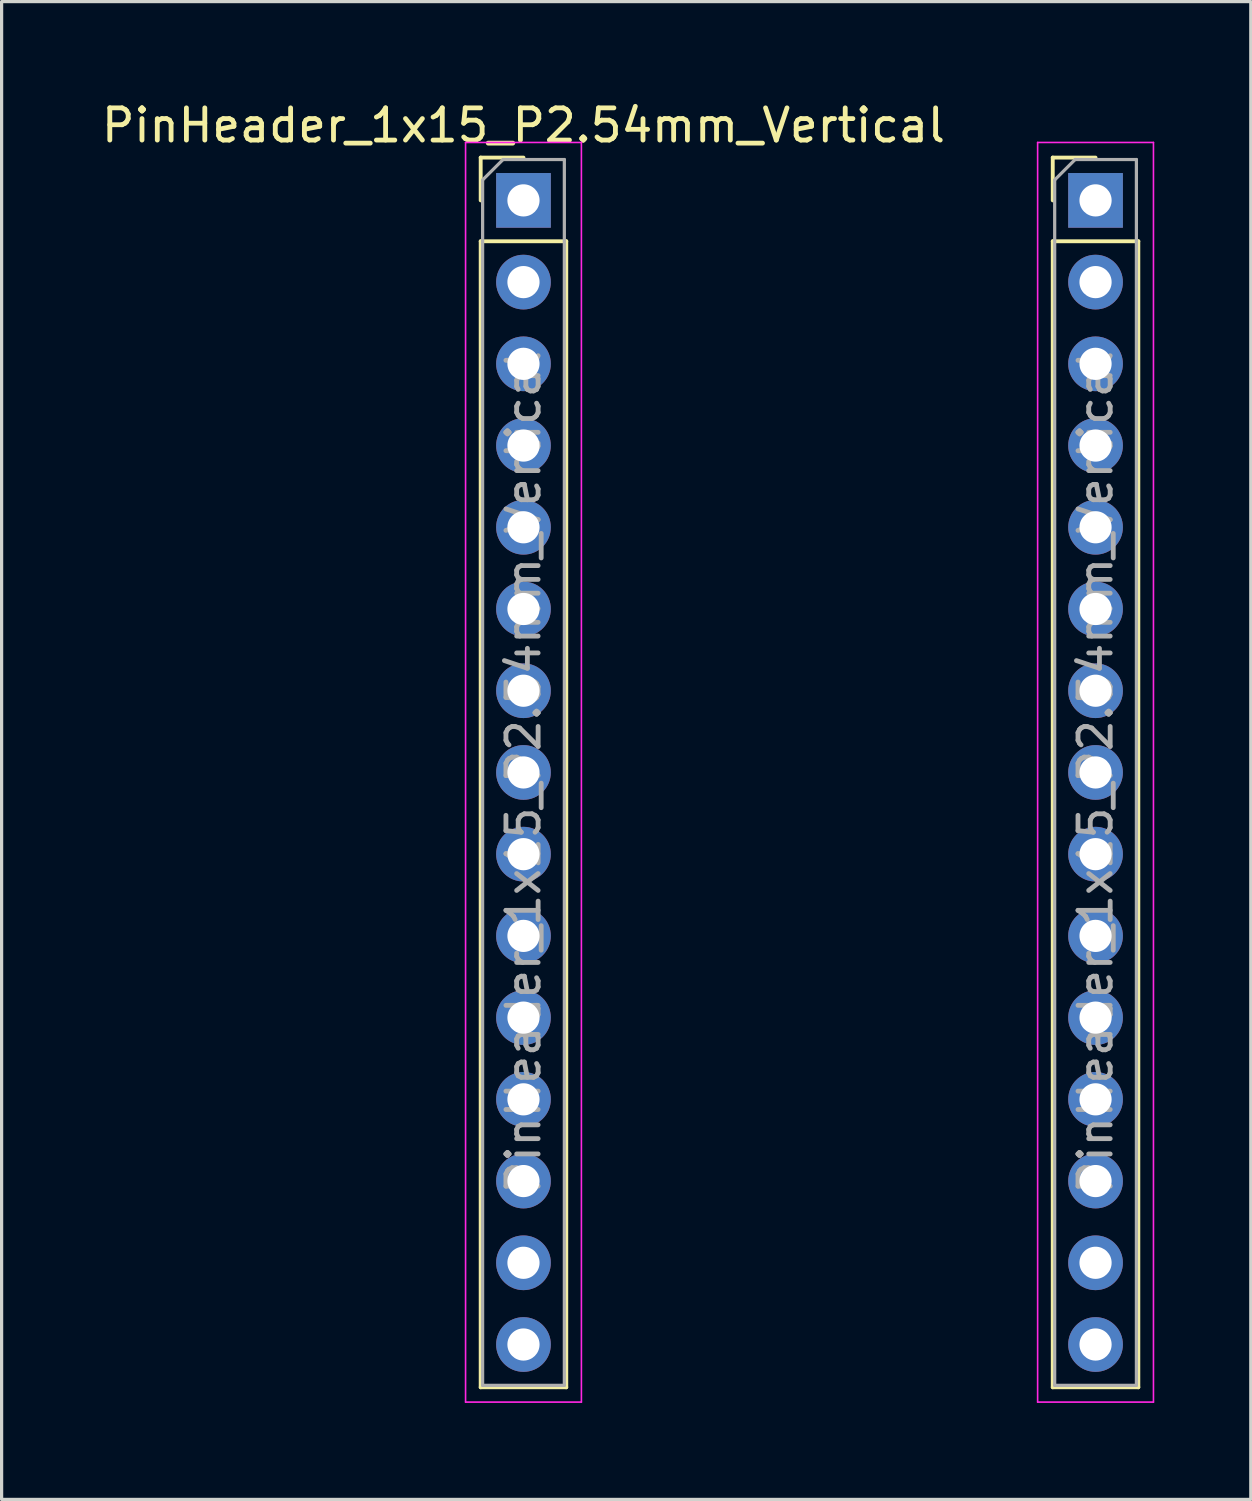
<source format=kicad_pcb>
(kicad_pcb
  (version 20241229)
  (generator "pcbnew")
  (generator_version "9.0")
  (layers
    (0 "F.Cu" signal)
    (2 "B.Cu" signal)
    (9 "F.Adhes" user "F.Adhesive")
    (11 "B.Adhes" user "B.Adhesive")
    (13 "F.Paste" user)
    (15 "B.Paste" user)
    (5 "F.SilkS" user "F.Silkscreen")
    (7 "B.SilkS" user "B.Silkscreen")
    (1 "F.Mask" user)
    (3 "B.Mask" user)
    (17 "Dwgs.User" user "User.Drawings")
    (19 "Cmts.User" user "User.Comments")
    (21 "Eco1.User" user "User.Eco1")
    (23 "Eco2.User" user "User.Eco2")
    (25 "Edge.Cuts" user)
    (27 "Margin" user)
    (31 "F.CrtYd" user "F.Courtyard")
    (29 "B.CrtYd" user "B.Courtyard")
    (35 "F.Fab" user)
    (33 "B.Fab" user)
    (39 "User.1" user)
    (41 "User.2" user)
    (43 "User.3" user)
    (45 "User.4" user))
  (footprint "PinHeader_1x15_P2.54mm_Vertical"
    (layer "F.Cu")
    (at 20.84 3.178)
    (property "Reference" "PinHeader_1x15_P2.54mm_Vertical" (at -7.62 -2.33 0) (layer "F.SilkS") (effects (font (size 1 1) (thickness 0.15))))
    (attr through_hole)
    (fp_line (start -8.95 -1.33) (end -7.62 -1.33) (stroke (width 0.12) (type solid)) (layer "F.SilkS"))
    (fp_line (start -8.95 0) (end -8.95 -1.33) (stroke (width 0.12) (type solid)) (layer "F.SilkS"))
    (fp_line (start -8.95 1.27) (end -8.95 36.89) (stroke (width 0.12) (type solid)) (layer "F.SilkS"))
    (fp_line (start -8.95 1.27) (end -6.29 1.27) (stroke (width 0.12) (type solid)) (layer "F.SilkS"))
    (fp_line (start -8.95 36.89) (end -6.29 36.89) (stroke (width 0.12) (type solid)) (layer "F.SilkS"))
    (fp_line (start -6.29 1.27) (end -6.29 36.89) (stroke (width 0.12) (type solid)) (layer "F.SilkS"))
    (fp_line (start 8.83 -1.33) (end 10.16 -1.33) (stroke (width 0.12) (type solid)) (layer "F.SilkS"))
    (fp_line (start 8.83 0) (end 8.83 -1.33) (stroke (width 0.12) (type solid)) (layer "F.SilkS"))
    (fp_line (start 8.83 1.27) (end 8.83 36.89) (stroke (width 0.12) (type solid)) (layer "F.SilkS"))
    (fp_line (start 8.83 1.27) (end 11.49 1.27) (stroke (width 0.12) (type solid)) (layer "F.SilkS"))
    (fp_line (start 8.83 36.89) (end 11.49 36.89) (stroke (width 0.12) (type solid)) (layer "F.SilkS"))
    (fp_line (start 11.49 1.27) (end 11.49 36.89) (stroke (width 0.12) (type solid)) (layer "F.SilkS"))
    (fp_line (start -9.42 -1.8) (end -9.42 37.35) (stroke (width 0.05) (type solid)) (layer "F.CrtYd"))
    (fp_line (start -9.42 37.35) (end -5.82 37.35) (stroke (width 0.05) (type solid)) (layer "F.CrtYd"))
    (fp_line (start -5.82 -1.8) (end -9.42 -1.8) (stroke (width 0.05) (type solid)) (layer "F.CrtYd"))
    (fp_line (start -5.82 37.35) (end -5.82 -1.8) (stroke (width 0.05) (type solid)) (layer "F.CrtYd"))
    (fp_line (start 8.36 -1.8) (end 8.36 37.35) (stroke (width 0.05) (type solid)) (layer "F.CrtYd"))
    (fp_line (start 8.36 37.35) (end 11.96 37.35) (stroke (width 0.05) (type solid)) (layer "F.CrtYd"))
    (fp_line (start 11.96 -1.8) (end 8.36 -1.8) (stroke (width 0.05) (type solid)) (layer "F.CrtYd"))
    (fp_line (start 11.96 37.35) (end 11.96 -1.8) (stroke (width 0.05) (type solid)) (layer "F.CrtYd"))
    (fp_line (start -8.89 -0.635) (end -8.255 -1.27) (stroke (width 0.1) (type solid)) (layer "F.Fab"))
    (fp_line (start -8.89 36.83) (end -8.89 -0.635) (stroke (width 0.1) (type solid)) (layer "F.Fab"))
    (fp_line (start -8.255 -1.27) (end -6.35 -1.27) (stroke (width 0.1) (type solid)) (layer "F.Fab"))
    (fp_line (start -6.35 -1.27) (end -6.35 36.83) (stroke (width 0.1) (type solid)) (layer "F.Fab"))
    (fp_line (start -6.35 36.83) (end -8.89 36.83) (stroke (width 0.1) (type solid)) (layer "F.Fab"))
    (fp_line (start 8.89 -0.635) (end 9.525 -1.27) (stroke (width 0.1) (type solid)) (layer "F.Fab"))
    (fp_line (start 8.89 36.83) (end 8.89 -0.635) (stroke (width 0.1) (type solid)) (layer "F.Fab"))
    (fp_line (start 9.525 -1.27) (end 11.43 -1.27) (stroke (width 0.1) (type solid)) (layer "F.Fab"))
    (fp_line (start 11.43 -1.27) (end 11.43 36.83) (stroke (width 0.1) (type solid)) (layer "F.Fab"))
    (fp_line (start 11.43 36.83) (end 8.89 36.83) (stroke (width 0.1) (type solid)) (layer "F.Fab"))
    (fp_text user "${REFERENCE}" (at 10.16 17.78 90) (layer "F.Fab") (effects (font (size 1 1) (thickness 0.15))))
    (fp_text user "${REFERENCE}" (at -7.62 17.78 90) (layer "F.Fab") (effects (font (size 1 1) (thickness 0.15))))
    (pad "1" thru_hole rect (at -7.62 0) (size 1.7 1.7) (drill 1) (layers "*.Cu" "*.Mask"))
    (pad "1" thru_hole rect (at 10.16 0) (size 1.7 1.7) (drill 1) (layers "*.Cu" "*.Mask"))
    (pad "2" thru_hole oval (at -7.62 2.54) (size 1.7 1.7) (drill 1) (layers "*.Cu" "*.Mask"))
    (pad "2" thru_hole oval (at 10.16 2.54) (size 1.7 1.7) (drill 1) (layers "*.Cu" "*.Mask"))
    (pad "3" thru_hole oval (at -7.62 5.08) (size 1.7 1.7) (drill 1) (layers "*.Cu" "*.Mask"))
    (pad "3" thru_hole oval (at 10.16 5.08) (size 1.7 1.7) (drill 1) (layers "*.Cu" "*.Mask"))
    (pad "4" thru_hole oval (at -7.62 7.62) (size 1.7 1.7) (drill 1) (layers "*.Cu" "*.Mask"))
    (pad "4" thru_hole oval (at 10.16 7.62) (size 1.7 1.7) (drill 1) (layers "*.Cu" "*.Mask"))
    (pad "5" thru_hole oval (at -7.62 10.16) (size 1.7 1.7) (drill 1) (layers "*.Cu" "*.Mask"))
    (pad "5" thru_hole oval (at 10.16 10.16) (size 1.7 1.7) (drill 1) (layers "*.Cu" "*.Mask"))
    (pad "6" thru_hole oval (at -7.62 12.7) (size 1.7 1.7) (drill 1) (layers "*.Cu" "*.Mask"))
    (pad "6" thru_hole oval (at 10.16 12.7) (size 1.7 1.7) (drill 1) (layers "*.Cu" "*.Mask"))
    (pad "7" thru_hole oval (at -7.62 15.24) (size 1.7 1.7) (drill 1) (layers "*.Cu" "*.Mask"))
    (pad "7" thru_hole oval (at 10.16 15.24) (size 1.7 1.7) (drill 1) (layers "*.Cu" "*.Mask"))
    (pad "8" thru_hole oval (at -7.62 17.78) (size 1.7 1.7) (drill 1) (layers "*.Cu" "*.Mask"))
    (pad "8" thru_hole oval (at 10.16 17.78) (size 1.7 1.7) (drill 1) (layers "*.Cu" "*.Mask"))
    (pad "9" thru_hole oval (at -7.62 20.32) (size 1.7 1.7) (drill 1) (layers "*.Cu" "*.Mask"))
    (pad "9" thru_hole oval (at 10.16 20.32) (size 1.7 1.7) (drill 1) (layers "*.Cu" "*.Mask"))
    (pad "10" thru_hole oval (at -7.62 22.86) (size 1.7 1.7) (drill 1) (layers "*.Cu" "*.Mask"))
    (pad "10" thru_hole oval (at 10.16 22.86) (size 1.7 1.7) (drill 1) (layers "*.Cu" "*.Mask"))
    (pad "11" thru_hole oval (at -7.62 25.4) (size 1.7 1.7) (drill 1) (layers "*.Cu" "*.Mask"))
    (pad "11" thru_hole oval (at 10.16 25.4) (size 1.7 1.7) (drill 1) (layers "*.Cu" "*.Mask"))
    (pad "12" thru_hole oval (at -7.62 27.94) (size 1.7 1.7) (drill 1) (layers "*.Cu" "*.Mask"))
    (pad "12" thru_hole oval (at 10.16 27.94) (size 1.7 1.7) (drill 1) (layers "*.Cu" "*.Mask"))
    (pad "13" thru_hole oval (at -7.62 30.48) (size 1.7 1.7) (drill 1) (layers "*.Cu" "*.Mask"))
    (pad "13" thru_hole oval (at 10.16 30.48) (size 1.7 1.7) (drill 1) (layers "*.Cu" "*.Mask"))
    (pad "14" thru_hole oval (at -7.62 33.02) (size 1.7 1.7) (drill 1) (layers "*.Cu" "*.Mask"))
    (pad "14" thru_hole oval (at 10.16 33.02) (size 1.7 1.7) (drill 1) (layers "*.Cu" "*.Mask"))
    (pad "15" thru_hole oval (at -7.62 35.56) (size 1.7 1.7) (drill 1) (layers "*.Cu" "*.Mask"))
    (pad "15" thru_hole oval (at 10.16 35.56) (size 1.7 1.7) (drill 1) (layers "*.Cu" "*.Mask")))
  (gr_rect
    (start -3 -3)
    (end 35.825 43.553)
    (stroke (width 0.1) (type default))
    (fill no)
    (layer "Edge.Cuts")))
</source>
